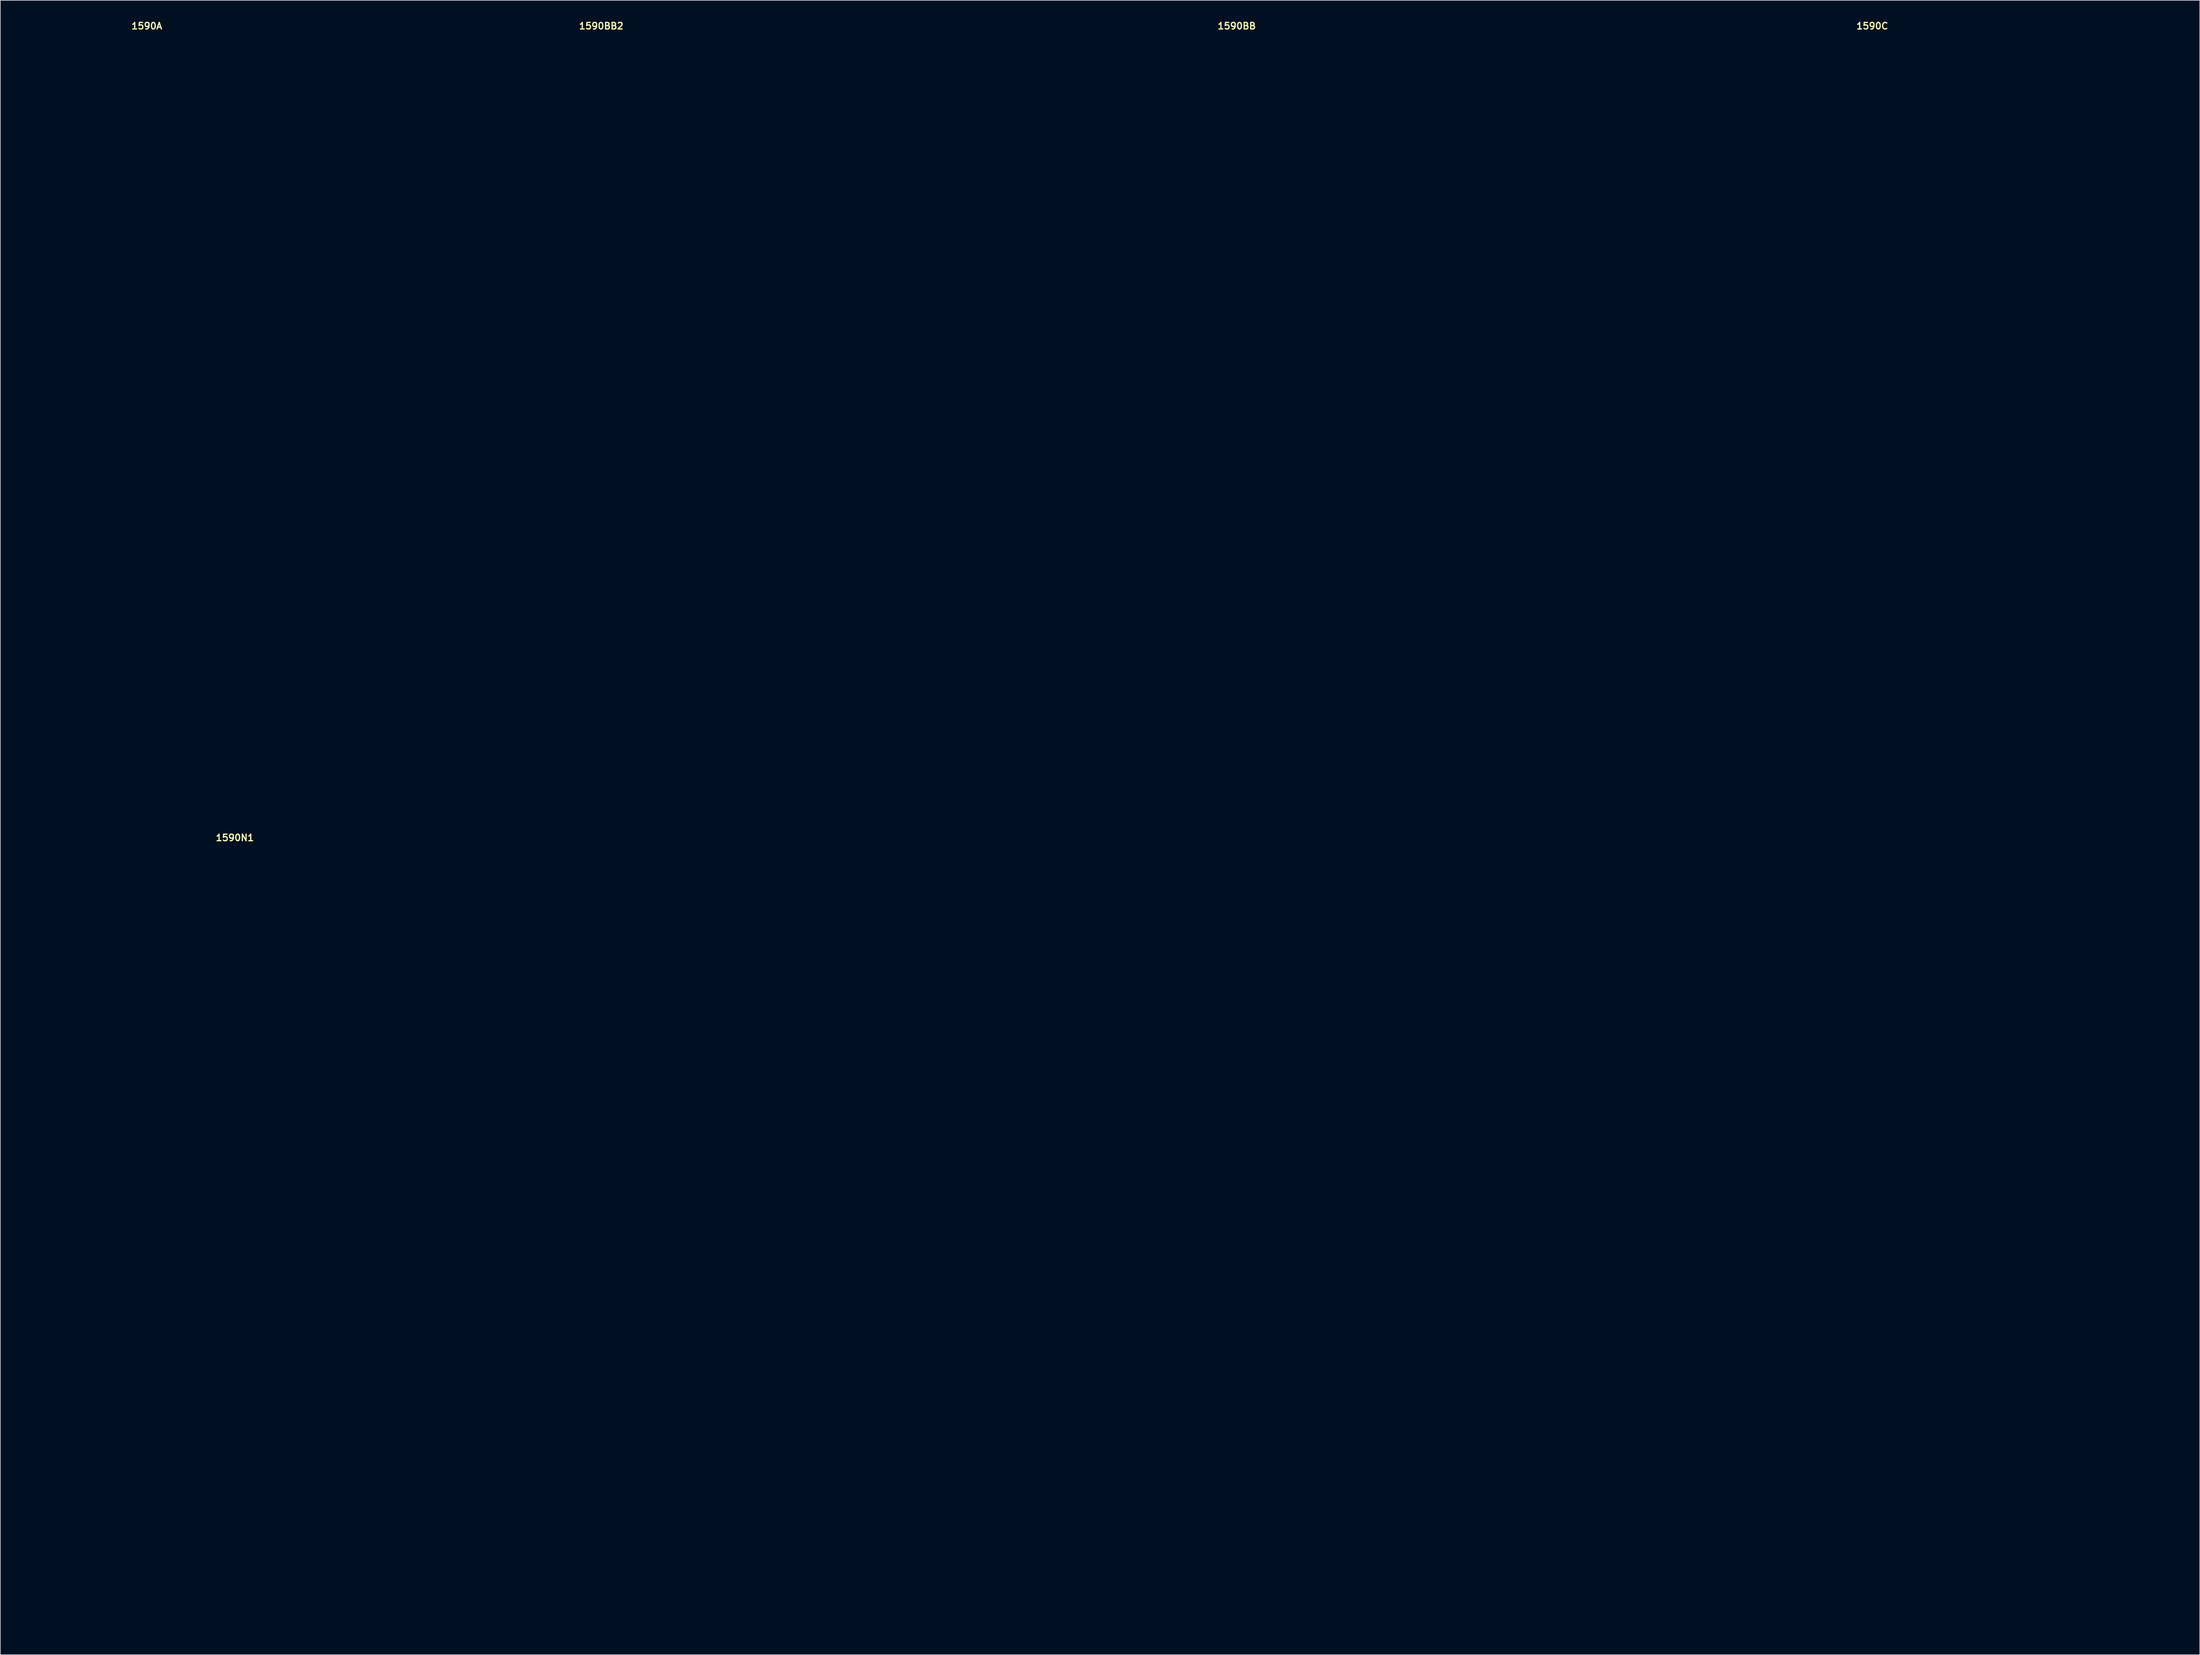
<source format=kicad_pcb>
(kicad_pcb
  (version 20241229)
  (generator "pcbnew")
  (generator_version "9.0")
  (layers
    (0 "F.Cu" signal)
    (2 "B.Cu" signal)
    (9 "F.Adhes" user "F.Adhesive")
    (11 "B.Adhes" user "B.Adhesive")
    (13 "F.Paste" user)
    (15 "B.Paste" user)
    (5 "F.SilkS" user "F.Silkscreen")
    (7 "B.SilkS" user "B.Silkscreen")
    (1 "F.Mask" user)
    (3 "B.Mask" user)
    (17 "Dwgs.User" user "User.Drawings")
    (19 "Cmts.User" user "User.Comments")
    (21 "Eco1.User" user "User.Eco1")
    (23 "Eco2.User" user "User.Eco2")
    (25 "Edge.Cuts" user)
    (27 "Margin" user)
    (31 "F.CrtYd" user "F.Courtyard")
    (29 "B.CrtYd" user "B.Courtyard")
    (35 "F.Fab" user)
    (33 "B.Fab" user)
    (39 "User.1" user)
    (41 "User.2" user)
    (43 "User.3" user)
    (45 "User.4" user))
  (footprint "1590A"
    (layer "F.Cu")
    (at 19.45 48.053)
    (property "Reference" "1590A" (at 0 -47.117 0) (layer "F.SilkS") (effects (font (size 1 1) (thickness 0.2))))
    (attr through_hole)
    (fp_line (start -19.25 -46.3) (end -19.25 46.3) (stroke (width 0.4) (type solid)) (layer "Eco1.User"))
    (fp_line (start -19.25 -46.3) (end 19.25 -46.3) (stroke (width 0.4) (type solid)) (layer "Eco1.User"))
    (fp_line (start -19.25 46.3) (end 19.25 46.3) (stroke (width 0.4) (type solid)) (layer "Eco1.User"))
    (fp_line (start -16.85 -43.9) (end -16.85 43.9) (stroke (width 0.4) (type solid)) (layer "Eco1.User"))
    (fp_line (start -16.85 -43.9) (end 16.85 -43.9) (stroke (width 0.4) (type solid)) (layer "Eco1.User"))
    (fp_line (start -16.85 -38.3) (end -14.25 -38.3) (stroke (width 0.4) (type solid)) (layer "Eco1.User"))
    (fp_line (start -16.85 38.3) (end -14.25 38.3) (stroke (width 0.4) (type solid)) (layer "Eco1.User"))
    (fp_line (start -16.85 43.9) (end 16.85 43.9) (stroke (width 0.4) (type solid)) (layer "Eco1.User"))
    (fp_line (start -11.25 -43.9) (end -11.25 -41.3) (stroke (width 0.4) (type solid)) (layer "Eco1.User"))
    (fp_line (start -11.25 41.3) (end -11.25 43.9) (stroke (width 0.4) (type solid)) (layer "Eco1.User"))
    (fp_line (start 11.25 -43.9) (end 11.25 -41.3) (stroke (width 0.4) (type solid)) (layer "Eco1.User"))
    (fp_line (start 11.25 41.3) (end 11.25 43.9) (stroke (width 0.4) (type solid)) (layer "Eco1.User"))
    (fp_line (start 14.25 -38.3) (end 16.85 -38.3) (stroke (width 0.4) (type solid)) (layer "Eco1.User"))
    (fp_line (start 14.25 38.3) (end 16.85 38.3) (stroke (width 0.4) (type solid)) (layer "Eco1.User"))
    (fp_line (start 16.85 -43.9) (end 16.85 43.9) (stroke (width 0.4) (type solid)) (layer "Eco1.User"))
    (fp_line (start 19.25 -46.3) (end 19.25 46.3) (stroke (width 0.4) (type solid)) (layer "Eco1.User"))
    (fp_arc (start -14.25 38.3) (mid -12.12868 39.17868) (end -11.25 41.3) (stroke (width 0.4) (type solid)) (layer "Eco1.User"))
    (fp_arc (start -11.25 -41.3) (mid -12.12868 -39.17868) (end -14.25 -38.3) (stroke (width 0.4) (type solid)) (layer "Eco1.User"))
    (fp_arc (start 11.25 41.3) (mid 12.12868 39.17868) (end 14.25 38.3) (stroke (width 0.4) (type solid)) (layer "Eco1.User"))
    (fp_arc (start 14.25 -38.3) (mid 12.12868 -39.17868) (end 11.25 -41.3) (stroke (width 0.4) (type solid)) (layer "Eco1.User"))
    (fp_circle (center -14.25 -41.3) (end -12.5 -41.3) (stroke (width 0.4) (type solid)) (fill no) (layer "Eco1.User"))
    (fp_circle (center -14.25 41.3) (end -12.5 41.3) (stroke (width 0.4) (type solid)) (fill no) (layer "Eco1.User"))
    (fp_circle (center 14.25 -41.3) (end 16 -41.3) (stroke (width 0.4) (type solid)) (fill no) (layer "Eco1.User"))
    (fp_circle (center 14.25 41.3) (end 16 41.3) (stroke (width 0.4) (type solid)) (fill no) (layer "Eco1.User")))
  (footprint "1590BB2"
    (layer "F.Cu")
    (at 89.1 61.515)
    (property "Reference" "1590BB2" (at 0 -60.579 0) (layer "F.SilkS") (effects (font (size 1 1) (thickness 0.2))))
    (attr through_hole)
    (fp_line (start -47 -59.75) (end -47 59.75) (stroke (width 0.4) (type solid)) (layer "Eco1.User"))
    (fp_line (start -47 -59.75) (end 47 -59.75) (stroke (width 0.4) (type solid)) (layer "Eco1.User"))
    (fp_line (start -47 59.75) (end 47 59.75) (stroke (width 0.4) (type solid)) (layer "Eco1.User"))
    (fp_line (start -44.75 -57.5) (end -44.75 57.5) (stroke (width 0.4) (type solid)) (layer "Eco1.User"))
    (fp_line (start -44.75 -57.5) (end 44.75 -57.5) (stroke (width 0.4) (type solid)) (layer "Eco1.User"))
    (fp_line (start -44.75 -51.75) (end -42 -51.75) (stroke (width 0.4) (type solid)) (layer "Eco1.User"))
    (fp_line (start -44.75 51.75) (end -42 51.75) (stroke (width 0.4) (type solid)) (layer "Eco1.User"))
    (fp_line (start -44.75 57.5) (end 44.75 57.5) (stroke (width 0.4) (type solid)) (layer "Eco1.User"))
    (fp_line (start -39 -57.5) (end -39 -54.75) (stroke (width 0.4) (type solid)) (layer "Eco1.User"))
    (fp_line (start -39 54.75) (end -39 57.5) (stroke (width 0.4) (type solid)) (layer "Eco1.User"))
    (fp_line (start 39 -57.5) (end 39 -54.75) (stroke (width 0.4) (type solid)) (layer "Eco1.User"))
    (fp_line (start 39 54.75) (end 39 57.5) (stroke (width 0.4) (type solid)) (layer "Eco1.User"))
    (fp_line (start 42 -51.75) (end 44.75 -51.75) (stroke (width 0.4) (type solid)) (layer "Eco1.User"))
    (fp_line (start 42 51.75) (end 44.75 51.75) (stroke (width 0.4) (type solid)) (layer "Eco1.User"))
    (fp_line (start 44.75 -57.5) (end 44.75 57.5) (stroke (width 0.4) (type solid)) (layer "Eco1.User"))
    (fp_line (start 47 -59.75) (end 47 59.75) (stroke (width 0.4) (type solid)) (layer "Eco1.User"))
    (fp_arc (start -42 51.75) (mid -39.87868 52.62868) (end -39 54.75) (stroke (width 0.4) (type solid)) (layer "Eco1.User"))
    (fp_arc (start -39 -54.75) (mid -39.87868 -52.62868) (end -42 -51.75) (stroke (width 0.4) (type solid)) (layer "Eco1.User"))
    (fp_arc (start 39 54.75) (mid 39.87868 52.62868) (end 42 51.75) (stroke (width 0.4) (type solid)) (layer "Eco1.User"))
    (fp_arc (start 42 -51.75) (mid 39.87868 -52.62868) (end 39 -54.75) (stroke (width 0.4) (type solid)) (layer "Eco1.User"))
    (fp_circle (center -42 -54.75) (end -40.25 -54.75) (stroke (width 0.4) (type solid)) (fill no) (layer "Eco1.User"))
    (fp_circle (center -42 54.75) (end -40.25 54.75) (stroke (width 0.4) (type solid)) (fill no) (layer "Eco1.User"))
    (fp_circle (center 42 -54.75) (end 43.75 -54.75) (stroke (width 0.4) (type solid)) (fill no) (layer "Eco1.User"))
    (fp_circle (center 42 54.75) (end 43.75 54.75) (stroke (width 0.4) (type solid)) (fill no) (layer "Eco1.User")))
  (footprint "1590N1"
    (layer "F.Cu")
    (at 32.95 186.869)
    (property "Reference" "1590N1" (at 0 -61.468 0) (layer "F.SilkS") (effects (font (size 1 1) (thickness 0.2))))
    (attr through_hole)
    (fp_line (start -32.75 -60.6) (end -32.75 60.6) (stroke (width 0.4) (type solid)) (layer "Eco1.User"))
    (fp_line (start -32.75 -60.6) (end 32.75 -60.6) (stroke (width 0.4) (type solid)) (layer "Eco1.User"))
    (fp_line (start -32.75 60.6) (end 32.75 60.6) (stroke (width 0.4) (type solid)) (layer "Eco1.User"))
    (fp_line (start -31.15 -59) (end -31.15 59) (stroke (width 0.4) (type solid)) (layer "Eco1.User"))
    (fp_line (start -31.15 -59) (end 31.15 -59) (stroke (width 0.4) (type solid)) (layer "Eco1.User"))
    (fp_line (start -31.15 -52) (end -27.75 -52) (stroke (width 0.4) (type solid)) (layer "Eco1.User"))
    (fp_line (start -31.15 52) (end -27.75 52) (stroke (width 0.4) (type solid)) (layer "Eco1.User"))
    (fp_line (start -31.15 59) (end 31.15 59) (stroke (width 0.4) (type solid)) (layer "Eco1.User"))
    (fp_line (start -24.75 -59) (end -24.75 -55) (stroke (width 0.4) (type solid)) (layer "Eco1.User"))
    (fp_line (start -24.75 55) (end -24.75 59) (stroke (width 0.4) (type solid)) (layer "Eco1.User"))
    (fp_line (start 24.75 -59) (end 24.75 -55) (stroke (width 0.4) (type solid)) (layer "Eco1.User"))
    (fp_line (start 24.75 55) (end 24.75 59) (stroke (width 0.4) (type solid)) (layer "Eco1.User"))
    (fp_line (start 27.75 -52) (end 31.15 -52) (stroke (width 0.4) (type solid)) (layer "Eco1.User"))
    (fp_line (start 27.75 52) (end 31.15 52) (stroke (width 0.4) (type solid)) (layer "Eco1.User"))
    (fp_line (start 31.15 -59) (end 31.15 59) (stroke (width 0.4) (type solid)) (layer "Eco1.User"))
    (fp_line (start 32.75 -60.6) (end 32.75 60.6) (stroke (width 0.4) (type solid)) (layer "Eco1.User"))
    (fp_arc (start -27.75 52) (mid -25.62868 52.87868) (end -24.75 55) (stroke (width 0.4) (type solid)) (layer "Eco1.User"))
    (fp_arc (start -24.75 -55) (mid -25.62868 -52.87868) (end -27.75 -52) (stroke (width 0.4) (type solid)) (layer "Eco1.User"))
    (fp_arc (start 24.75 55) (mid 25.62868 52.87868) (end 27.75 52) (stroke (width 0.4) (type solid)) (layer "Eco1.User"))
    (fp_arc (start 27.75 -52) (mid 25.62868 -52.87868) (end 24.75 -55) (stroke (width 0.4) (type solid)) (layer "Eco1.User"))
    (fp_circle (center -27.75 -55) (end -26 -55) (stroke (width 0.4) (type solid)) (fill no) (layer "Eco1.User"))
    (fp_circle (center -27.75 55) (end -26 55) (stroke (width 0.4) (type solid)) (fill no) (layer "Eco1.User"))
    (fp_circle (center 27.75 -55) (end 29.5 -55) (stroke (width 0.4) (type solid)) (fill no) (layer "Eco1.User"))
    (fp_circle (center 27.75 55) (end 29.5 55) (stroke (width 0.4) (type solid)) (fill no) (layer "Eco1.User")))
  (footprint "1590C"
    (layer "F.Cu")
    (at 283.9 61.515)
    (property "Reference" "1590C" (at 0 -60.579 0) (layer "F.SilkS") (effects (font (size 1 1) (thickness 0.2))))
    (attr through_hole)
    (fp_line (start -47 -59.75) (end -47 59.75) (stroke (width 0.4) (type solid)) (layer "Eco1.User"))
    (fp_line (start -47 -59.75) (end 47 -59.75) (stroke (width 0.4) (type solid)) (layer "Eco1.User"))
    (fp_line (start -47 59.75) (end 47 59.75) (stroke (width 0.4) (type solid)) (layer "Eco1.User"))
    (fp_line (start -44.75 -57.5) (end -44.75 57.5) (stroke (width 0.4) (type solid)) (layer "Eco1.User"))
    (fp_line (start -44.75 -57.5) (end 44.75 -57.5) (stroke (width 0.4) (type solid)) (layer "Eco1.User"))
    (fp_line (start -44.75 -51.75) (end -42 -51.75) (stroke (width 0.4) (type solid)) (layer "Eco1.User"))
    (fp_line (start -44.75 51.75) (end -42 51.75) (stroke (width 0.4) (type solid)) (layer "Eco1.User"))
    (fp_line (start -44.75 57.5) (end 44.75 57.5) (stroke (width 0.4) (type solid)) (layer "Eco1.User"))
    (fp_line (start -39 -57.5) (end -39 -54.75) (stroke (width 0.4) (type solid)) (layer "Eco1.User"))
    (fp_line (start -39 54.75) (end -39 57.5) (stroke (width 0.4) (type solid)) (layer "Eco1.User"))
    (fp_line (start 39 -57.5) (end 39 -54.75) (stroke (width 0.4) (type solid)) (layer "Eco1.User"))
    (fp_line (start 39 54.75) (end 39 57.5) (stroke (width 0.4) (type solid)) (layer "Eco1.User"))
    (fp_line (start 42 -51.75) (end 44.75 -51.75) (stroke (width 0.4) (type solid)) (layer "Eco1.User"))
    (fp_line (start 42 51.75) (end 44.75 51.75) (stroke (width 0.4) (type solid)) (layer "Eco1.User"))
    (fp_line (start 44.75 -57.5) (end 44.75 57.5) (stroke (width 0.4) (type solid)) (layer "Eco1.User"))
    (fp_line (start 47 -59.75) (end 47 59.75) (stroke (width 0.4) (type solid)) (layer "Eco1.User"))
    (fp_arc (start -42 51.75) (mid -39.87868 52.62868) (end -39 54.75) (stroke (width 0.4) (type solid)) (layer "Eco1.User"))
    (fp_arc (start -39 -54.75) (mid -39.87868 -52.62868) (end -42 -51.75) (stroke (width 0.4) (type solid)) (layer "Eco1.User"))
    (fp_arc (start 39 54.75) (mid 39.87868 52.62868) (end 42 51.75) (stroke (width 0.4) (type solid)) (layer "Eco1.User"))
    (fp_arc (start 42 -51.75) (mid 39.87868 -52.62868) (end 39 -54.75) (stroke (width 0.4) (type solid)) (layer "Eco1.User"))
    (fp_circle (center -42 -54.75) (end -40.25 -54.75) (stroke (width 0.4) (type solid)) (fill no) (layer "Eco1.User"))
    (fp_circle (center -42 54.75) (end -40.25 54.75) (stroke (width 0.4) (type solid)) (fill no) (layer "Eco1.User"))
    (fp_circle (center 42 -54.75) (end 43.75 -54.75) (stroke (width 0.4) (type solid)) (fill no) (layer "Eco1.User"))
    (fp_circle (center 42 54.75) (end 43.75 54.75) (stroke (width 0.4) (type solid)) (fill no) (layer "Eco1.User")))
  (footprint "1590BB"
    (layer "F.Cu")
    (at 186.5 61.515)
    (property "Reference" "1590BB" (at 0 -60.579 0) (layer "F.SilkS") (effects (font (size 1 1) (thickness 0.2))))
    (attr through_hole)
    (fp_line (start -47 -59.75) (end -47 59.75) (stroke (width 0.4) (type solid)) (layer "Eco1.User"))
    (fp_line (start -47 -59.75) (end 47 -59.75) (stroke (width 0.4) (type solid)) (layer "Eco1.User"))
    (fp_line (start -47 59.75) (end 47 59.75) (stroke (width 0.4) (type solid)) (layer "Eco1.User"))
    (fp_line (start -44.75 -57.5) (end -44.75 57.5) (stroke (width 0.4) (type solid)) (layer "Eco1.User"))
    (fp_line (start -44.75 -57.5) (end 44.75 -57.5) (stroke (width 0.4) (type solid)) (layer "Eco1.User"))
    (fp_line (start -44.75 -51.75) (end -42 -51.75) (stroke (width 0.4) (type solid)) (layer "Eco1.User"))
    (fp_line (start -44.75 51.75) (end -42 51.75) (stroke (width 0.4) (type solid)) (layer "Eco1.User"))
    (fp_line (start -44.75 57.5) (end 44.75 57.5) (stroke (width 0.4) (type solid)) (layer "Eco1.User"))
    (fp_line (start -39 -57.5) (end -39 -54.75) (stroke (width 0.4) (type solid)) (layer "Eco1.User"))
    (fp_line (start -39 54.75) (end -39 57.5) (stroke (width 0.4) (type solid)) (layer "Eco1.User"))
    (fp_line (start 39 -57.5) (end 39 -54.75) (stroke (width 0.4) (type solid)) (layer "Eco1.User"))
    (fp_line (start 39 54.75) (end 39 57.5) (stroke (width 0.4) (type solid)) (layer "Eco1.User"))
    (fp_line (start 42 -51.75) (end 44.75 -51.75) (stroke (width 0.4) (type solid)) (layer "Eco1.User"))
    (fp_line (start 42 51.75) (end 44.75 51.75) (stroke (width 0.4) (type solid)) (layer "Eco1.User"))
    (fp_line (start 44.75 -57.5) (end 44.75 57.5) (stroke (width 0.4) (type solid)) (layer "Eco1.User"))
    (fp_line (start 47 -59.75) (end 47 59.75) (stroke (width 0.4) (type solid)) (layer "Eco1.User"))
    (fp_arc (start -42 51.75) (mid -39.87868 52.62868) (end -39 54.75) (stroke (width 0.4) (type solid)) (layer "Eco1.User"))
    (fp_arc (start -39 -54.75) (mid -39.87868 -52.62868) (end -42 -51.75) (stroke (width 0.4) (type solid)) (layer "Eco1.User"))
    (fp_arc (start 39 54.75) (mid 39.87868 52.62868) (end 42 51.75) (stroke (width 0.4) (type solid)) (layer "Eco1.User"))
    (fp_arc (start 42 -51.75) (mid 39.87868 -52.62868) (end 39 -54.75) (stroke (width 0.4) (type solid)) (layer "Eco1.User"))
    (fp_circle (center -42 -54.75) (end -40.25 -54.75) (stroke (width 0.4) (type solid)) (fill no) (layer "Eco1.User"))
    (fp_circle (center -42 54.75) (end -40.25 54.75) (stroke (width 0.4) (type solid)) (fill no) (layer "Eco1.User"))
    (fp_circle (center 42 -54.75) (end 43.75 -54.75) (stroke (width 0.4) (type solid)) (fill no) (layer "Eco1.User"))
    (fp_circle (center 42 54.75) (end 43.75 54.75) (stroke (width 0.4) (type solid)) (fill no) (layer "Eco1.User")))
  (gr_rect
    (start -3 -3)
    (end 334.1 250.669)
    (stroke (width 0.1) (type default))
    (fill no)
    (layer "Edge.Cuts")))
</source>
